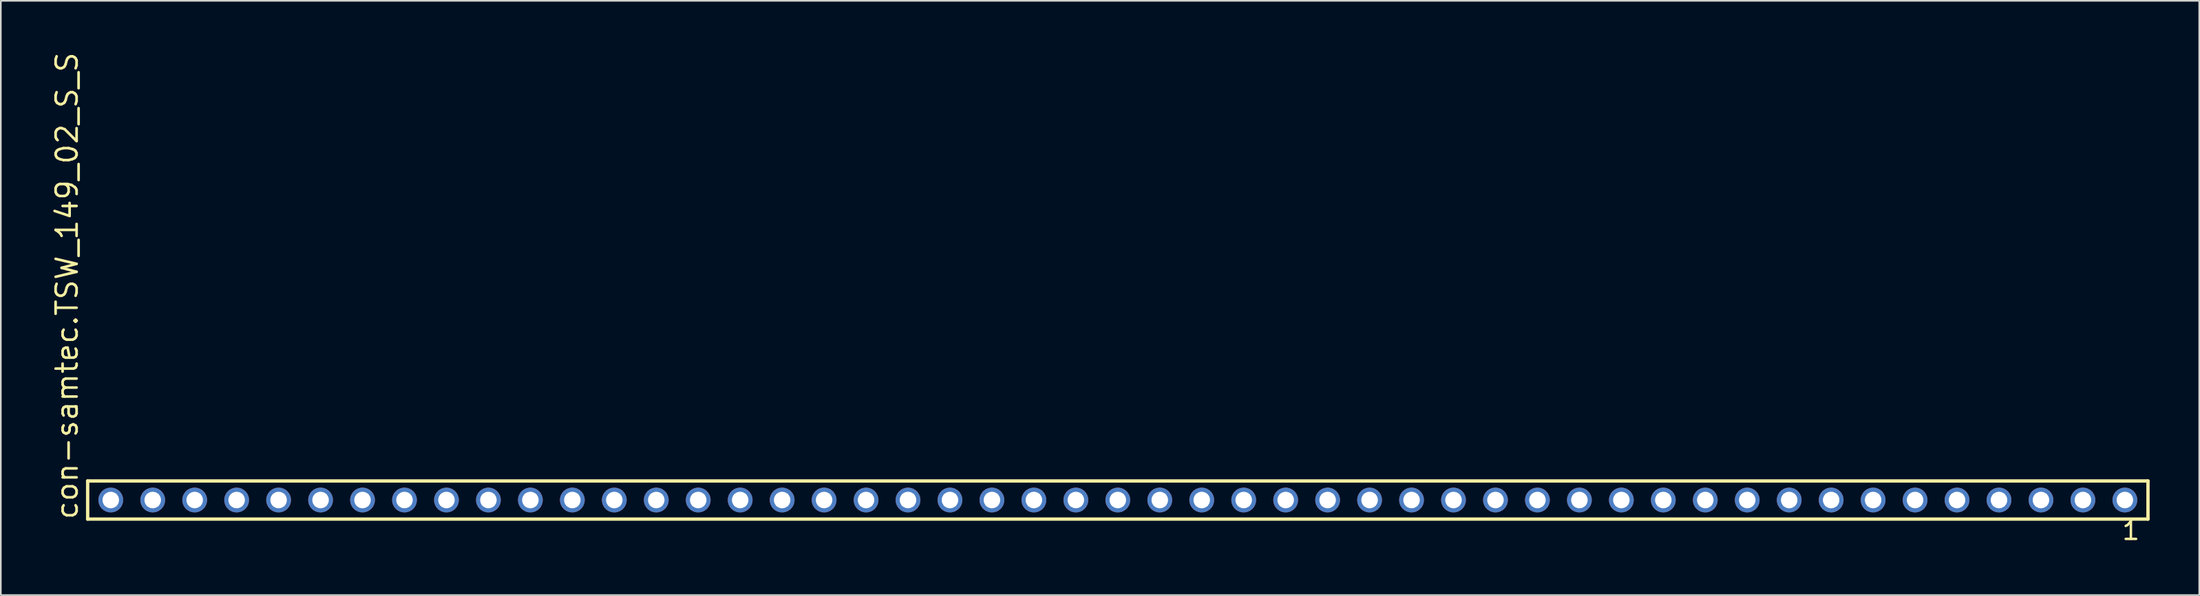
<source format=kicad_pcb>
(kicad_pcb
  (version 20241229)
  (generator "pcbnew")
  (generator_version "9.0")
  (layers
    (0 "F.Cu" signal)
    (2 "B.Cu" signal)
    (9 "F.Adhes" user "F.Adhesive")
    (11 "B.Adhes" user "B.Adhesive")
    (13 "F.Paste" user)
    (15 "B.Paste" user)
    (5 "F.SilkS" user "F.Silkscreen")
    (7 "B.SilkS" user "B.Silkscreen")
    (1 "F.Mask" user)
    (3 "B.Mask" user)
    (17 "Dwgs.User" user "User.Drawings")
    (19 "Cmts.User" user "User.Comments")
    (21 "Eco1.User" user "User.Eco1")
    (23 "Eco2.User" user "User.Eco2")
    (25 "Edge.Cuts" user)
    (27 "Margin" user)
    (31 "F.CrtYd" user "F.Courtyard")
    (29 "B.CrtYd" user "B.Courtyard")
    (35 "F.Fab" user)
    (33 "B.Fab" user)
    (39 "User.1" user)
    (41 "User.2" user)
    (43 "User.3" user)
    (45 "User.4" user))
  (footprint "con-samtec.TSW_149_02_S_S"
    (layer "F.Cu")
    (at 64.615 27.259)
    (property "Reference" "con-samtec.TSW_149_02_S_S" (at -62.865 1.27 90) (layer "F.SilkS") (effects (font (size 1.27 1.27) (thickness 0.16)) (justify left bottom)))
    (attr through_hole)
    (fp_line (start -62.359 -1.155) (end 62.359 -1.155) (stroke (width 0.203) (type default)) (layer "F.SilkS"))
    (fp_line (start -62.359 1.155) (end -62.359 -1.155) (stroke (width 0.203) (type default)) (layer "F.SilkS"))
    (fp_line (start 62.359 -1.155) (end 62.359 1.155) (stroke (width 0.203) (type default)) (layer "F.SilkS"))
    (fp_line (start 62.359 1.155) (end -62.359 1.155) (stroke (width 0.203) (type default)) (layer "F.SilkS"))
    (fp_rect (start -61.31 0.35) (end -60.61 -0.35) (stroke (width 0.05) (type default)) (fill no) (layer "F.Fab"))
    (fp_rect (start -58.77 0.35) (end -58.07 -0.35) (stroke (width 0.05) (type default)) (fill no) (layer "F.Fab"))
    (fp_rect (start -56.23 0.35) (end -55.53 -0.35) (stroke (width 0.05) (type default)) (fill no) (layer "F.Fab"))
    (fp_rect (start -53.69 0.35) (end -52.99 -0.35) (stroke (width 0.05) (type default)) (fill no) (layer "F.Fab"))
    (fp_rect (start -51.15 0.35) (end -50.45 -0.35) (stroke (width 0.05) (type default)) (fill no) (layer "F.Fab"))
    (fp_rect (start -48.61 0.35) (end -47.91 -0.35) (stroke (width 0.05) (type default)) (fill no) (layer "F.Fab"))
    (fp_rect (start -46.07 0.35) (end -45.37 -0.35) (stroke (width 0.05) (type default)) (fill no) (layer "F.Fab"))
    (fp_rect (start -43.53 0.35) (end -42.83 -0.35) (stroke (width 0.05) (type default)) (fill no) (layer "F.Fab"))
    (fp_rect (start -40.99 0.35) (end -40.29 -0.35) (stroke (width 0.05) (type default)) (fill no) (layer "F.Fab"))
    (fp_rect (start -38.45 0.35) (end -37.75 -0.35) (stroke (width 0.05) (type default)) (fill no) (layer "F.Fab"))
    (fp_rect (start -35.91 0.35) (end -35.21 -0.35) (stroke (width 0.05) (type default)) (fill no) (layer "F.Fab"))
    (fp_rect (start -33.37 0.35) (end -32.67 -0.35) (stroke (width 0.05) (type default)) (fill no) (layer "F.Fab"))
    (fp_rect (start -30.83 0.35) (end -30.13 -0.35) (stroke (width 0.05) (type default)) (fill no) (layer "F.Fab"))
    (fp_rect (start -28.29 0.35) (end -27.59 -0.35) (stroke (width 0.05) (type default)) (fill no) (layer "F.Fab"))
    (fp_rect (start -25.75 0.35) (end -25.05 -0.35) (stroke (width 0.05) (type default)) (fill no) (layer "F.Fab"))
    (fp_rect (start -23.21 0.35) (end -22.51 -0.35) (stroke (width 0.05) (type default)) (fill no) (layer "F.Fab"))
    (fp_rect (start -20.67 0.35) (end -19.97 -0.35) (stroke (width 0.05) (type default)) (fill no) (layer "F.Fab"))
    (fp_rect (start -18.13 0.35) (end -17.43 -0.35) (stroke (width 0.05) (type default)) (fill no) (layer "F.Fab"))
    (fp_rect (start -15.59 0.35) (end -14.89 -0.35) (stroke (width 0.05) (type default)) (fill no) (layer "F.Fab"))
    (fp_rect (start -13.05 0.35) (end -12.35 -0.35) (stroke (width 0.05) (type default)) (fill no) (layer "F.Fab"))
    (fp_rect (start -10.51 0.35) (end -9.81 -0.35) (stroke (width 0.05) (type default)) (fill no) (layer "F.Fab"))
    (fp_rect (start -7.97 0.35) (end -7.27 -0.35) (stroke (width 0.05) (type default)) (fill no) (layer "F.Fab"))
    (fp_rect (start -5.43 0.35) (end -4.73 -0.35) (stroke (width 0.05) (type default)) (fill no) (layer "F.Fab"))
    (fp_rect (start -2.89 0.35) (end -2.19 -0.35) (stroke (width 0.05) (type default)) (fill no) (layer "F.Fab"))
    (fp_rect (start -0.35 0.35) (end 0.35 -0.35) (stroke (width 0.05) (type default)) (fill no) (layer "F.Fab"))
    (fp_rect (start 2.19 0.35) (end 2.89 -0.35) (stroke (width 0.05) (type default)) (fill no) (layer "F.Fab"))
    (fp_rect (start 4.73 0.35) (end 5.43 -0.35) (stroke (width 0.05) (type default)) (fill no) (layer "F.Fab"))
    (fp_rect (start 7.27 0.35) (end 7.97 -0.35) (stroke (width 0.05) (type default)) (fill no) (layer "F.Fab"))
    (fp_rect (start 9.81 0.35) (end 10.51 -0.35) (stroke (width 0.05) (type default)) (fill no) (layer "F.Fab"))
    (fp_rect (start 12.35 0.35) (end 13.05 -0.35) (stroke (width 0.05) (type default)) (fill no) (layer "F.Fab"))
    (fp_rect (start 14.89 0.35) (end 15.59 -0.35) (stroke (width 0.05) (type default)) (fill no) (layer "F.Fab"))
    (fp_rect (start 17.43 0.35) (end 18.13 -0.35) (stroke (width 0.05) (type default)) (fill no) (layer "F.Fab"))
    (fp_rect (start 19.97 0.35) (end 20.67 -0.35) (stroke (width 0.05) (type default)) (fill no) (layer "F.Fab"))
    (fp_rect (start 22.51 0.35) (end 23.21 -0.35) (stroke (width 0.05) (type default)) (fill no) (layer "F.Fab"))
    (fp_rect (start 25.05 0.35) (end 25.75 -0.35) (stroke (width 0.05) (type default)) (fill no) (layer "F.Fab"))
    (fp_rect (start 27.59 0.35) (end 28.29 -0.35) (stroke (width 0.05) (type default)) (fill no) (layer "F.Fab"))
    (fp_rect (start 30.13 0.35) (end 30.83 -0.35) (stroke (width 0.05) (type default)) (fill no) (layer "F.Fab"))
    (fp_rect (start 32.67 0.35) (end 33.37 -0.35) (stroke (width 0.05) (type default)) (fill no) (layer "F.Fab"))
    (fp_rect (start 35.21 0.35) (end 35.91 -0.35) (stroke (width 0.05) (type default)) (fill no) (layer "F.Fab"))
    (fp_rect (start 37.75 0.35) (end 38.45 -0.35) (stroke (width 0.05) (type default)) (fill no) (layer "F.Fab"))
    (fp_rect (start 40.29 0.35) (end 40.99 -0.35) (stroke (width 0.05) (type default)) (fill no) (layer "F.Fab"))
    (fp_rect (start 42.83 0.35) (end 43.53 -0.35) (stroke (width 0.05) (type default)) (fill no) (layer "F.Fab"))
    (fp_rect (start 45.37 0.35) (end 46.07 -0.35) (stroke (width 0.05) (type default)) (fill no) (layer "F.Fab"))
    (fp_rect (start 47.91 0.35) (end 48.61 -0.35) (stroke (width 0.05) (type default)) (fill no) (layer "F.Fab"))
    (fp_rect (start 50.45 0.35) (end 51.15 -0.35) (stroke (width 0.05) (type default)) (fill no) (layer "F.Fab"))
    (fp_rect (start 52.99 0.35) (end 53.69 -0.35) (stroke (width 0.05) (type default)) (fill no) (layer "F.Fab"))
    (fp_rect (start 55.53 0.35) (end 56.23 -0.35) (stroke (width 0.05) (type default)) (fill no) (layer "F.Fab"))
    (fp_rect (start 58.07 0.35) (end 58.77 -0.35) (stroke (width 0.05) (type default)) (fill no) (layer "F.Fab"))
    (fp_rect (start 60.61 0.35) (end 61.31 -0.35) (stroke (width 0.05) (type default)) (fill no) (layer "F.Fab"))
    (fp_text user "1" (at 60.702 2.498 0) (layer "F.SilkS") (effects (font (size 1.1 1.1) (thickness 0.15)) (justify left bottom)))
    (pad "1" thru_hole circle (at 60.96 0 180) (size 1.5 1.5) (drill 1) (layers "*.Cu" "*.Mask"))
    (pad "2" thru_hole circle (at 58.42 0 180) (size 1.5 1.5) (drill 1) (layers "*.Cu" "*.Mask"))
    (pad "3" thru_hole circle (at 55.88 0 180) (size 1.5 1.5) (drill 1) (layers "*.Cu" "*.Mask"))
    (pad "4" thru_hole circle (at 53.34 0 180) (size 1.5 1.5) (drill 1) (layers "*.Cu" "*.Mask"))
    (pad "5" thru_hole circle (at 50.8 0 180) (size 1.5 1.5) (drill 1) (layers "*.Cu" "*.Mask"))
    (pad "6" thru_hole circle (at 48.26 0 180) (size 1.5 1.5) (drill 1) (layers "*.Cu" "*.Mask"))
    (pad "7" thru_hole circle (at 45.72 0 180) (size 1.5 1.5) (drill 1) (layers "*.Cu" "*.Mask"))
    (pad "8" thru_hole circle (at 43.18 0 180) (size 1.5 1.5) (drill 1) (layers "*.Cu" "*.Mask"))
    (pad "9" thru_hole circle (at 40.64 0 180) (size 1.5 1.5) (drill 1) (layers "*.Cu" "*.Mask"))
    (pad "10" thru_hole circle (at 38.1 0 180) (size 1.5 1.5) (drill 1) (layers "*.Cu" "*.Mask"))
    (pad "11" thru_hole circle (at 35.56 0 180) (size 1.5 1.5) (drill 1) (layers "*.Cu" "*.Mask"))
    (pad "12" thru_hole circle (at 33.02 0 180) (size 1.5 1.5) (drill 1) (layers "*.Cu" "*.Mask"))
    (pad "13" thru_hole circle (at 30.48 0 180) (size 1.5 1.5) (drill 1) (layers "*.Cu" "*.Mask"))
    (pad "14" thru_hole circle (at 27.94 0 180) (size 1.5 1.5) (drill 1) (layers "*.Cu" "*.Mask"))
    (pad "15" thru_hole circle (at 25.4 0 180) (size 1.5 1.5) (drill 1) (layers "*.Cu" "*.Mask"))
    (pad "16" thru_hole circle (at 22.86 0 180) (size 1.5 1.5) (drill 1) (layers "*.Cu" "*.Mask"))
    (pad "17" thru_hole circle (at 20.32 0 180) (size 1.5 1.5) (drill 1) (layers "*.Cu" "*.Mask"))
    (pad "18" thru_hole circle (at 17.78 0 180) (size 1.5 1.5) (drill 1) (layers "*.Cu" "*.Mask"))
    (pad "19" thru_hole circle (at 15.24 0 180) (size 1.5 1.5) (drill 1) (layers "*.Cu" "*.Mask"))
    (pad "20" thru_hole circle (at 12.7 0 180) (size 1.5 1.5) (drill 1) (layers "*.Cu" "*.Mask"))
    (pad "21" thru_hole circle (at 10.16 0 180) (size 1.5 1.5) (drill 1) (layers "*.Cu" "*.Mask"))
    (pad "22" thru_hole circle (at 7.62 0 180) (size 1.5 1.5) (drill 1) (layers "*.Cu" "*.Mask"))
    (pad "23" thru_hole circle (at 5.08 0 180) (size 1.5 1.5) (drill 1) (layers "*.Cu" "*.Mask"))
    (pad "24" thru_hole circle (at 2.54 0 180) (size 1.5 1.5) (drill 1) (layers "*.Cu" "*.Mask"))
    (pad "25" thru_hole circle (at 0 0 180) (size 1.5 1.5) (drill 1) (layers "*.Cu" "*.Mask"))
    (pad "26" thru_hole circle (at -2.54 0 180) (size 1.5 1.5) (drill 1) (layers "*.Cu" "*.Mask"))
    (pad "27" thru_hole circle (at -5.08 0 180) (size 1.5 1.5) (drill 1) (layers "*.Cu" "*.Mask"))
    (pad "28" thru_hole circle (at -7.62 0 180) (size 1.5 1.5) (drill 1) (layers "*.Cu" "*.Mask"))
    (pad "29" thru_hole circle (at -10.16 0 180) (size 1.5 1.5) (drill 1) (layers "*.Cu" "*.Mask"))
    (pad "30" thru_hole circle (at -12.7 0 180) (size 1.5 1.5) (drill 1) (layers "*.Cu" "*.Mask"))
    (pad "31" thru_hole circle (at -15.24 0 180) (size 1.5 1.5) (drill 1) (layers "*.Cu" "*.Mask"))
    (pad "32" thru_hole circle (at -17.78 0 180) (size 1.5 1.5) (drill 1) (layers "*.Cu" "*.Mask"))
    (pad "33" thru_hole circle (at -20.32 0 180) (size 1.5 1.5) (drill 1) (layers "*.Cu" "*.Mask"))
    (pad "34" thru_hole circle (at -22.86 0 180) (size 1.5 1.5) (drill 1) (layers "*.Cu" "*.Mask"))
    (pad "35" thru_hole circle (at -25.4 0 180) (size 1.5 1.5) (drill 1) (layers "*.Cu" "*.Mask"))
    (pad "36" thru_hole circle (at -27.94 0 180) (size 1.5 1.5) (drill 1) (layers "*.Cu" "*.Mask"))
    (pad "37" thru_hole circle (at -30.48 0 180) (size 1.5 1.5) (drill 1) (layers "*.Cu" "*.Mask"))
    (pad "38" thru_hole circle (at -33.02 0 180) (size 1.5 1.5) (drill 1) (layers "*.Cu" "*.Mask"))
    (pad "39" thru_hole circle (at -35.56 0 180) (size 1.5 1.5) (drill 1) (layers "*.Cu" "*.Mask"))
    (pad "40" thru_hole circle (at -38.1 0 180) (size 1.5 1.5) (drill 1) (layers "*.Cu" "*.Mask"))
    (pad "41" thru_hole circle (at -40.64 0 180) (size 1.5 1.5) (drill 1) (layers "*.Cu" "*.Mask"))
    (pad "42" thru_hole circle (at -43.18 0 180) (size 1.5 1.5) (drill 1) (layers "*.Cu" "*.Mask"))
    (pad "43" thru_hole circle (at -45.72 0 180) (size 1.5 1.5) (drill 1) (layers "*.Cu" "*.Mask"))
    (pad "44" thru_hole circle (at -48.26 0 180) (size 1.5 1.5) (drill 1) (layers "*.Cu" "*.Mask"))
    (pad "45" thru_hole circle (at -50.8 0 180) (size 1.5 1.5) (drill 1) (layers "*.Cu" "*.Mask"))
    (pad "46" thru_hole circle (at -53.34 0 180) (size 1.5 1.5) (drill 1) (layers "*.Cu" "*.Mask"))
    (pad "47" thru_hole circle (at -55.88 0 180) (size 1.5 1.5) (drill 1) (layers "*.Cu" "*.Mask"))
    (pad "48" thru_hole circle (at -58.42 0 180) (size 1.5 1.5) (drill 1) (layers "*.Cu" "*.Mask"))
    (pad "49" thru_hole circle (at -60.96 0 180) (size 1.5 1.5) (drill 1) (layers "*.Cu" "*.Mask")))
  (gr_rect
    (start -3 -3)
    (end 130.076 33.02)
    (stroke (width 0.1) (type default))
    (fill no)
    (layer "Edge.Cuts")))
</source>
